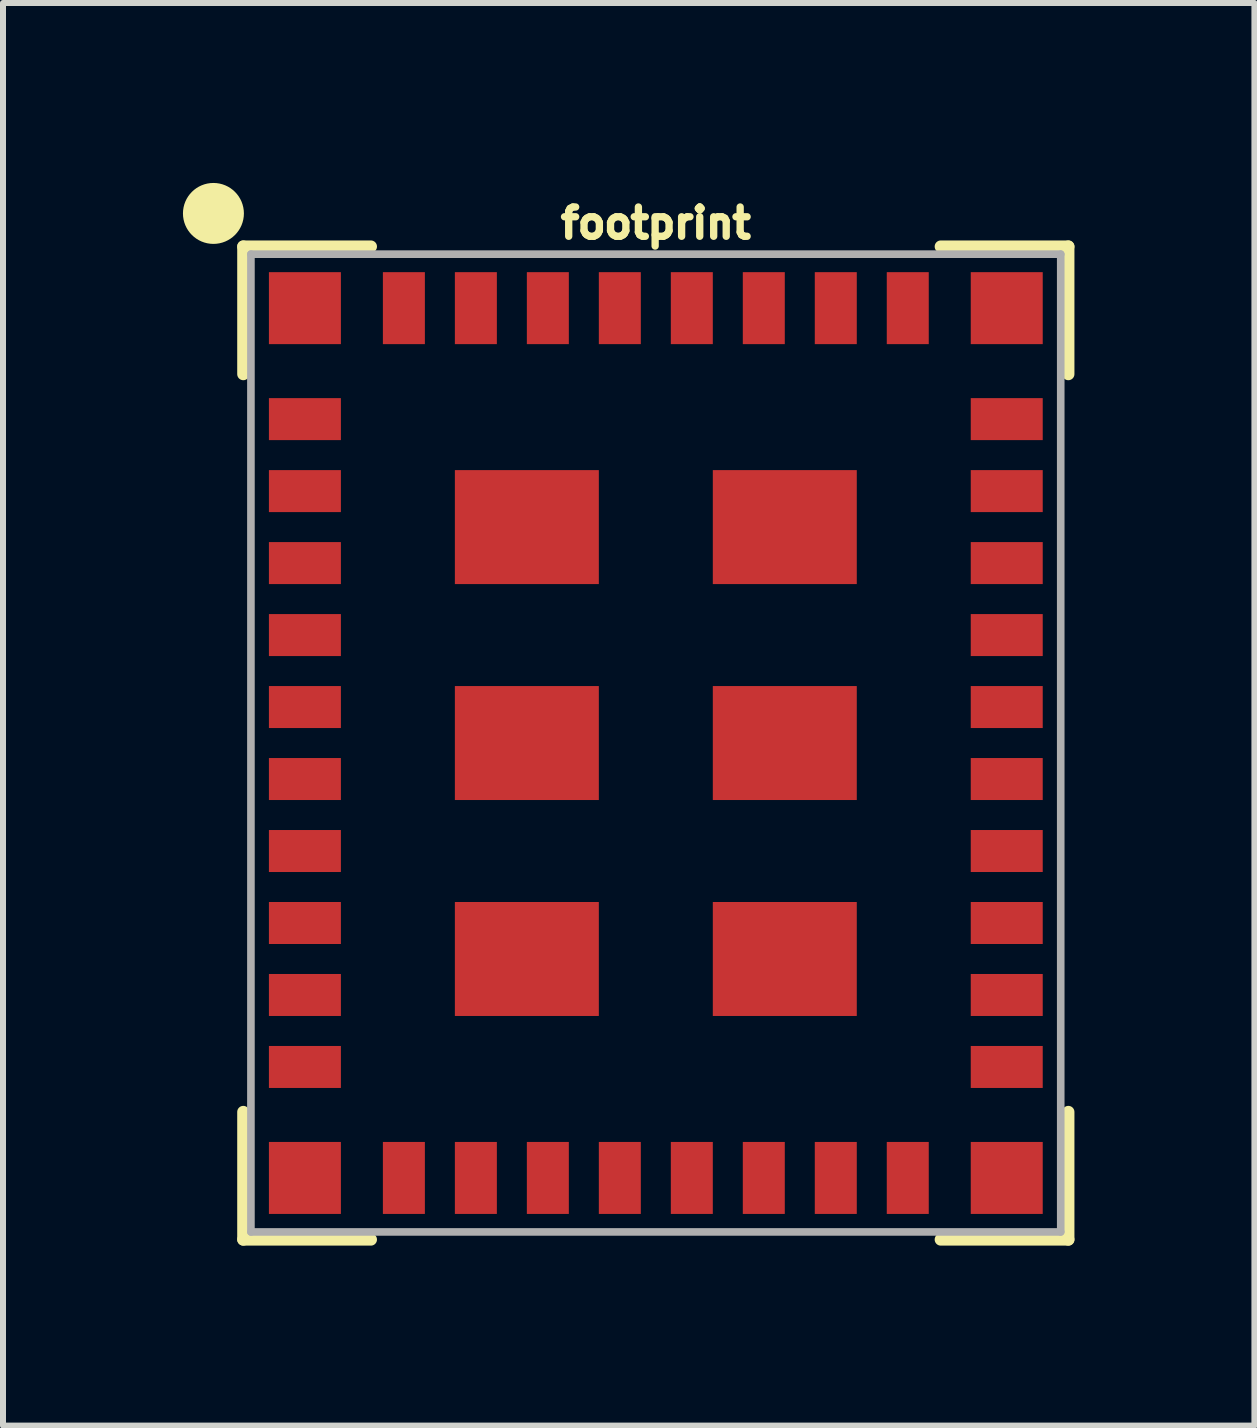
<source format=kicad_pcb>
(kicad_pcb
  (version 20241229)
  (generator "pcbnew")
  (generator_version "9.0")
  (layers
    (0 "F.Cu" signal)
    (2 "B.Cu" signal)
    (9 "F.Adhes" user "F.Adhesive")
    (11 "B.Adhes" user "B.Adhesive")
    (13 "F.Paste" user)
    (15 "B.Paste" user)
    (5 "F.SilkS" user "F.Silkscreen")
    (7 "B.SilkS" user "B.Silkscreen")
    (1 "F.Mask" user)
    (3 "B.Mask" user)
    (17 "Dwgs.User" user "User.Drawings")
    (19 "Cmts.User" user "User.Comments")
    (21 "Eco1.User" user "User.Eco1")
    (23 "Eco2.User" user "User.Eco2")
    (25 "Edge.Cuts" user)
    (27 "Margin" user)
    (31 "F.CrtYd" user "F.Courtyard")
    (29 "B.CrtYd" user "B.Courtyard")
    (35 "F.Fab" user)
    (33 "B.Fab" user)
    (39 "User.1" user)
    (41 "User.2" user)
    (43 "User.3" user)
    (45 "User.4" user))
  (footprint "footprint"
    (layer "F.Cu")
    (at 7.883 9.337)
    (property "Reference" "footprint" (at 0 -8.382 0) (layer "F.SilkS") (effects (font (size 0.488 0.488) (thickness 0.122)) (justify bottom)))
    (fp_line (start -6.877 -8.277) (end -4.75 -8.277) (stroke (width 0.203) (type solid)) (layer "F.SilkS"))
    (fp_line (start -6.877 -6.15) (end -6.877 -8.277) (stroke (width 0.203) (type solid)) (layer "F.SilkS"))
    (fp_line (start -6.877 8.277) (end -6.877 6.15) (stroke (width 0.203) (type solid)) (layer "F.SilkS"))
    (fp_line (start -4.75 8.277) (end -6.877 8.277) (stroke (width 0.203) (type solid)) (layer "F.SilkS"))
    (fp_line (start 4.75 -8.277) (end 6.877 -8.277) (stroke (width 0.203) (type solid)) (layer "F.SilkS"))
    (fp_line (start 6.877 -8.277) (end 6.877 -6.15) (stroke (width 0.203) (type solid)) (layer "F.SilkS"))
    (fp_line (start 6.877 6.15) (end 6.877 8.277) (stroke (width 0.203) (type solid)) (layer "F.SilkS"))
    (fp_line (start 6.877 8.277) (end 4.75 8.277) (stroke (width 0.203) (type solid)) (layer "F.SilkS"))
    (fp_circle (center -7.375 -8.829) (end -7.121 -8.829) (stroke (width 0.508) (type solid)) (fill yes) (layer "F.SilkS"))
    (fp_line (start -6.75 -8.15) (end 6.75 -8.15) (stroke (width 0.127) (type solid)) (layer "F.Fab"))
    (fp_line (start -6.75 8.15) (end -6.75 -8.15) (stroke (width 0.127) (type solid)) (layer "F.Fab"))
    (fp_line (start 6.75 -8.15) (end 6.75 8.15) (stroke (width 0.127) (type solid)) (layer "F.Fab"))
    (fp_line (start 6.75 8.15) (end -6.75 8.15) (stroke (width 0.127) (type solid)) (layer "F.Fab"))
    (pad "GND@37" smd rect (at -2.15 -3.6) (size 2.4 1.9) (layers "F.Cu" "F.Mask" "F.Paste"))
    (pad "GND@38" smd rect (at -2.15 0) (size 2.4 1.9) (layers "F.Cu" "F.Mask" "F.Paste"))
    (pad "GND@39" smd rect (at -2.15 3.6) (size 2.4 1.9) (layers "F.Cu" "F.Mask" "F.Paste"))
    (pad "GND@40" smd rect (at 2.15 -3.6) (size 2.4 1.9) (layers "F.Cu" "F.Mask" "F.Paste"))
    (pad "GND@41" smd rect (at 2.15 0) (size 2.4 1.9) (layers "F.Cu" "F.Mask" "F.Paste"))
    (pad "GND@42" smd rect (at 2.15 3.6) (size 2.4 1.9) (layers "F.Cu" "F.Mask" "F.Paste"))
    (pad "GND@43" smd rect (at -5.85 -7.25) (size 1.2 1.2) (layers "F.Cu" "F.Mask" "F.Paste"))
    (pad "GND@44" smd rect (at -5.85 7.25) (size 1.2 1.2) (layers "F.Cu" "F.Mask" "F.Paste"))
    (pad "GND@45" smd rect (at 5.85 7.25) (size 1.2 1.2) (layers "F.Cu" "F.Mask" "F.Paste"))
    (pad "GND@46" smd rect (at 5.85 -7.25) (size 1.2 1.2) (layers "F.Cu" "F.Mask" "F.Paste"))
    (pad "P$1" smd rect (at -5.85 -5.4) (size 1.2 0.7) (layers "F.Cu" "F.Mask" "F.Paste"))
    (pad "P$2" smd rect (at -5.85 -4.2) (size 1.2 0.7) (layers "F.Cu" "F.Mask" "F.Paste"))
    (pad "P$3" smd rect (at -5.85 -3) (size 1.2 0.7) (layers "F.Cu" "F.Mask" "F.Paste"))
    (pad "P$4" smd rect (at -5.85 -1.8) (size 1.2 0.7) (layers "F.Cu" "F.Mask" "F.Paste"))
    (pad "P$5" smd rect (at -5.85 -0.6) (size 1.2 0.7) (layers "F.Cu" "F.Mask" "F.Paste"))
    (pad "P$6" smd rect (at -5.85 0.6) (size 1.2 0.7) (layers "F.Cu" "F.Mask" "F.Paste"))
    (pad "P$7" smd rect (at -5.85 1.8) (size 1.2 0.7) (layers "F.Cu" "F.Mask" "F.Paste"))
    (pad "P$8" smd rect (at -5.85 3) (size 1.2 0.7) (layers "F.Cu" "F.Mask" "F.Paste"))
    (pad "P$9" smd rect (at -5.85 4.2) (size 1.2 0.7) (layers "F.Cu" "F.Mask" "F.Paste"))
    (pad "P$10" smd rect (at -5.85 5.4) (size 1.2 0.7) (layers "F.Cu" "F.Mask" "F.Paste"))
    (pad "P$11" smd rect (at -4.2 7.25 90) (size 1.2 0.7) (layers "F.Cu" "F.Mask" "F.Paste"))
    (pad "P$12" smd rect (at -3 7.25 90) (size 1.2 0.7) (layers "F.Cu" "F.Mask" "F.Paste"))
    (pad "P$13" smd rect (at -1.8 7.25 90) (size 1.2 0.7) (layers "F.Cu" "F.Mask" "F.Paste"))
    (pad "P$14" smd rect (at -0.6 7.25 90) (size 1.2 0.7) (layers "F.Cu" "F.Mask" "F.Paste"))
    (pad "P$15" smd rect (at 0.6 7.25 90) (size 1.2 0.7) (layers "F.Cu" "F.Mask" "F.Paste"))
    (pad "P$16" smd rect (at 1.8 7.25 90) (size 1.2 0.7) (layers "F.Cu" "F.Mask" "F.Paste"))
    (pad "P$17" smd rect (at 3 7.25 90) (size 1.2 0.7) (layers "F.Cu" "F.Mask" "F.Paste"))
    (pad "P$18" smd rect (at 4.2 7.25 90) (size 1.2 0.7) (layers "F.Cu" "F.Mask" "F.Paste"))
    (pad "P$19" smd rect (at 5.85 5.4) (size 1.2 0.7) (layers "F.Cu" "F.Mask" "F.Paste"))
    (pad "P$20" smd rect (at 5.85 4.2) (size 1.2 0.7) (layers "F.Cu" "F.Mask" "F.Paste"))
    (pad "P$21" smd rect (at 5.85 3) (size 1.2 0.7) (layers "F.Cu" "F.Mask" "F.Paste"))
    (pad "P$22" smd rect (at 5.85 1.8) (size 1.2 0.7) (layers "F.Cu" "F.Mask" "F.Paste"))
    (pad "P$23" smd rect (at 5.85 0.6) (size 1.2 0.7) (layers "F.Cu" "F.Mask" "F.Paste"))
    (pad "P$24" smd rect (at 5.85 -0.6) (size 1.2 0.7) (layers "F.Cu" "F.Mask" "F.Paste"))
    (pad "P$25" smd rect (at 5.85 -1.8) (size 1.2 0.7) (layers "F.Cu" "F.Mask" "F.Paste"))
    (pad "P$26" smd rect (at 5.85 -3) (size 1.2 0.7) (layers "F.Cu" "F.Mask" "F.Paste"))
    (pad "P$27" smd rect (at 5.85 -4.2) (size 1.2 0.7) (layers "F.Cu" "F.Mask" "F.Paste"))
    (pad "P$28" smd rect (at 5.85 -5.4) (size 1.2 0.7) (layers "F.Cu" "F.Mask" "F.Paste"))
    (pad "P$29" smd rect (at 4.2 -7.25 270) (size 1.2 0.7) (layers "F.Cu" "F.Mask" "F.Paste"))
    (pad "P$30" smd rect (at 3 -7.25 270) (size 1.2 0.7) (layers "F.Cu" "F.Mask" "F.Paste"))
    (pad "P$31" smd rect (at 1.8 -7.25 270) (size 1.2 0.7) (layers "F.Cu" "F.Mask" "F.Paste"))
    (pad "P$32" smd rect (at 0.6 -7.25 270) (size 1.2 0.7) (layers "F.Cu" "F.Mask" "F.Paste"))
    (pad "P$33" smd rect (at -0.6 -7.25 270) (size 1.2 0.7) (layers "F.Cu" "F.Mask" "F.Paste"))
    (pad "P$34" smd rect (at -1.8 -7.25 270) (size 1.2 0.7) (layers "F.Cu" "F.Mask" "F.Paste"))
    (pad "P$35" smd rect (at -3 -7.25 270) (size 1.2 0.7) (layers "F.Cu" "F.Mask" "F.Paste"))
    (pad "P$36" smd rect (at -4.2 -7.25 270) (size 1.2 0.7) (layers "F.Cu" "F.Mask" "F.Paste")))
  (gr_rect
    (start -3 -3)
    (end 17.862 20.716)
    (stroke (width 0.1) (type default))
    (fill no)
    (layer "Edge.Cuts")))
</source>
